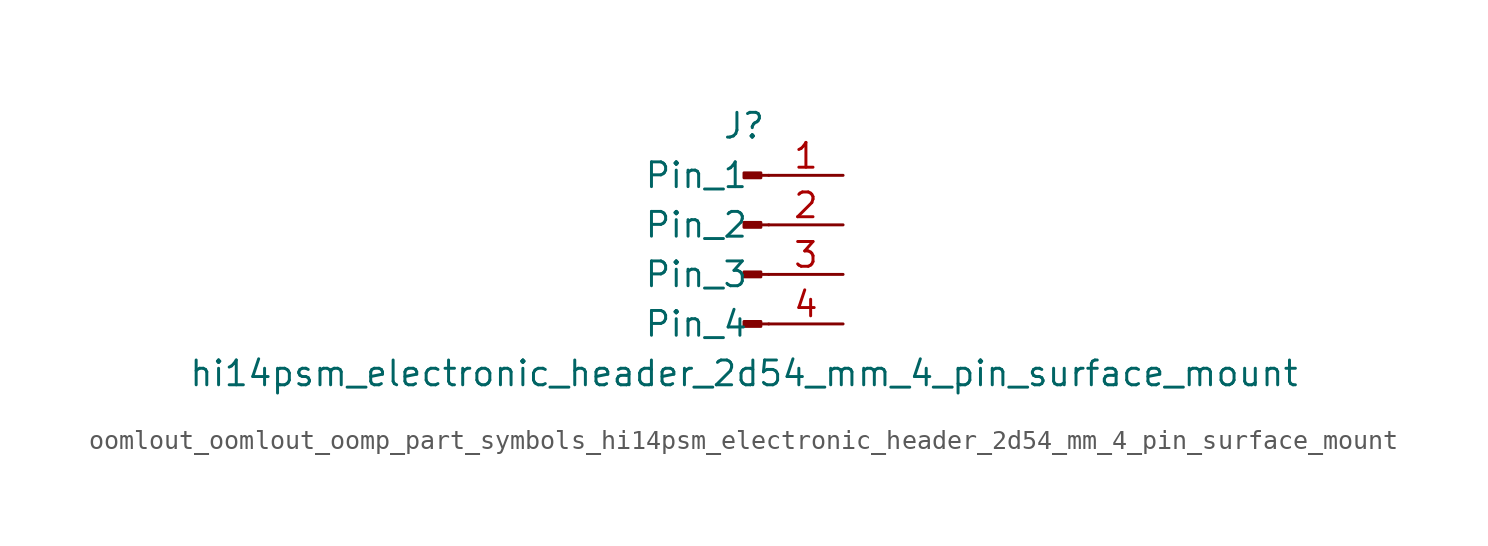
<source format=kicad_sym>
(kicad_symbol_lib
  (version 20220914)
  (generator kicad_symbol_editor)
  (symbol "oomlout_oomlout_oomp_part_symbols_hi14psm_electronic_header_2d54_mm_4_pin_surface_mount"
    (pin_names
      (offset 1.016))
    (property "Reference" "J"
      (at 0 5.08 0)
      (effects (font (size 1.27 1.27))))
    (property "Value" "hi14psm_electronic_header_2d54_mm_4_pin_surface_mount"
      (at 0 -7.62 0)
      (effects (font (size 1.27 1.27))))
    (property "ki_locked" ""
      (at 0 0 0)
      (effects (font (size 1.27 1.27))))
    (symbol "oomlout_oomlout_oomp_part_symbols_hi14psm_electronic_header_2d54_mm_4_pin_surface_mount_1_1"
      (polyline (pts (xy 1.27 -5.08) (xy 0.864 -5.08)) (stroke (width 0.152) (type default)) (fill (type none)))
      (polyline (pts (xy 1.27 -2.54) (xy 0.864 -2.54)) (stroke (width 0.152) (type default)) (fill (type none)))
      (polyline (pts (xy 1.27 0) (xy 0.864 0)) (stroke (width 0.152) (type default)) (fill (type none)))
      (polyline (pts (xy 1.27 2.54) (xy 0.864 2.54)) (stroke (width 0.152) (type default)) (fill (type none)))
      (rectangle (start 0.864 -4.953) (end 0 -5.207) (stroke (width 0.152) (type default)) (fill (type outline)))
      (rectangle (start 0.864 -2.413) (end 0 -2.667) (stroke (width 0.152) (type default)) (fill (type outline)))
      (rectangle (start 0.864 0.127) (end 0 -0.127) (stroke (width 0.152) (type default)) (fill (type outline)))
      (rectangle (start 0.864 2.667) (end 0 2.413) (stroke (width 0.152) (type default)) (fill (type outline)))
      (pin passive line (at 5.08 2.54 180) (length 3.81) (name "Pin_1" (effects (font (size 1.27 1.27)))) (number "1" (effects (font (size 1.27 1.27)))))
      (pin passive line (at 5.08 0 180) (length 3.81) (name "Pin_2" (effects (font (size 1.27 1.27)))) (number "2" (effects (font (size 1.27 1.27)))))
      (pin passive line (at 5.08 -2.54 180) (length 3.81) (name "Pin_3" (effects (font (size 1.27 1.27)))) (number "3" (effects (font (size 1.27 1.27)))))
      (pin passive line (at 5.08 -5.08 180) (length 3.81) (name "Pin_4" (effects (font (size 1.27 1.27)))) (number "4" (effects (font (size 1.27 1.27))))))))
</source>
